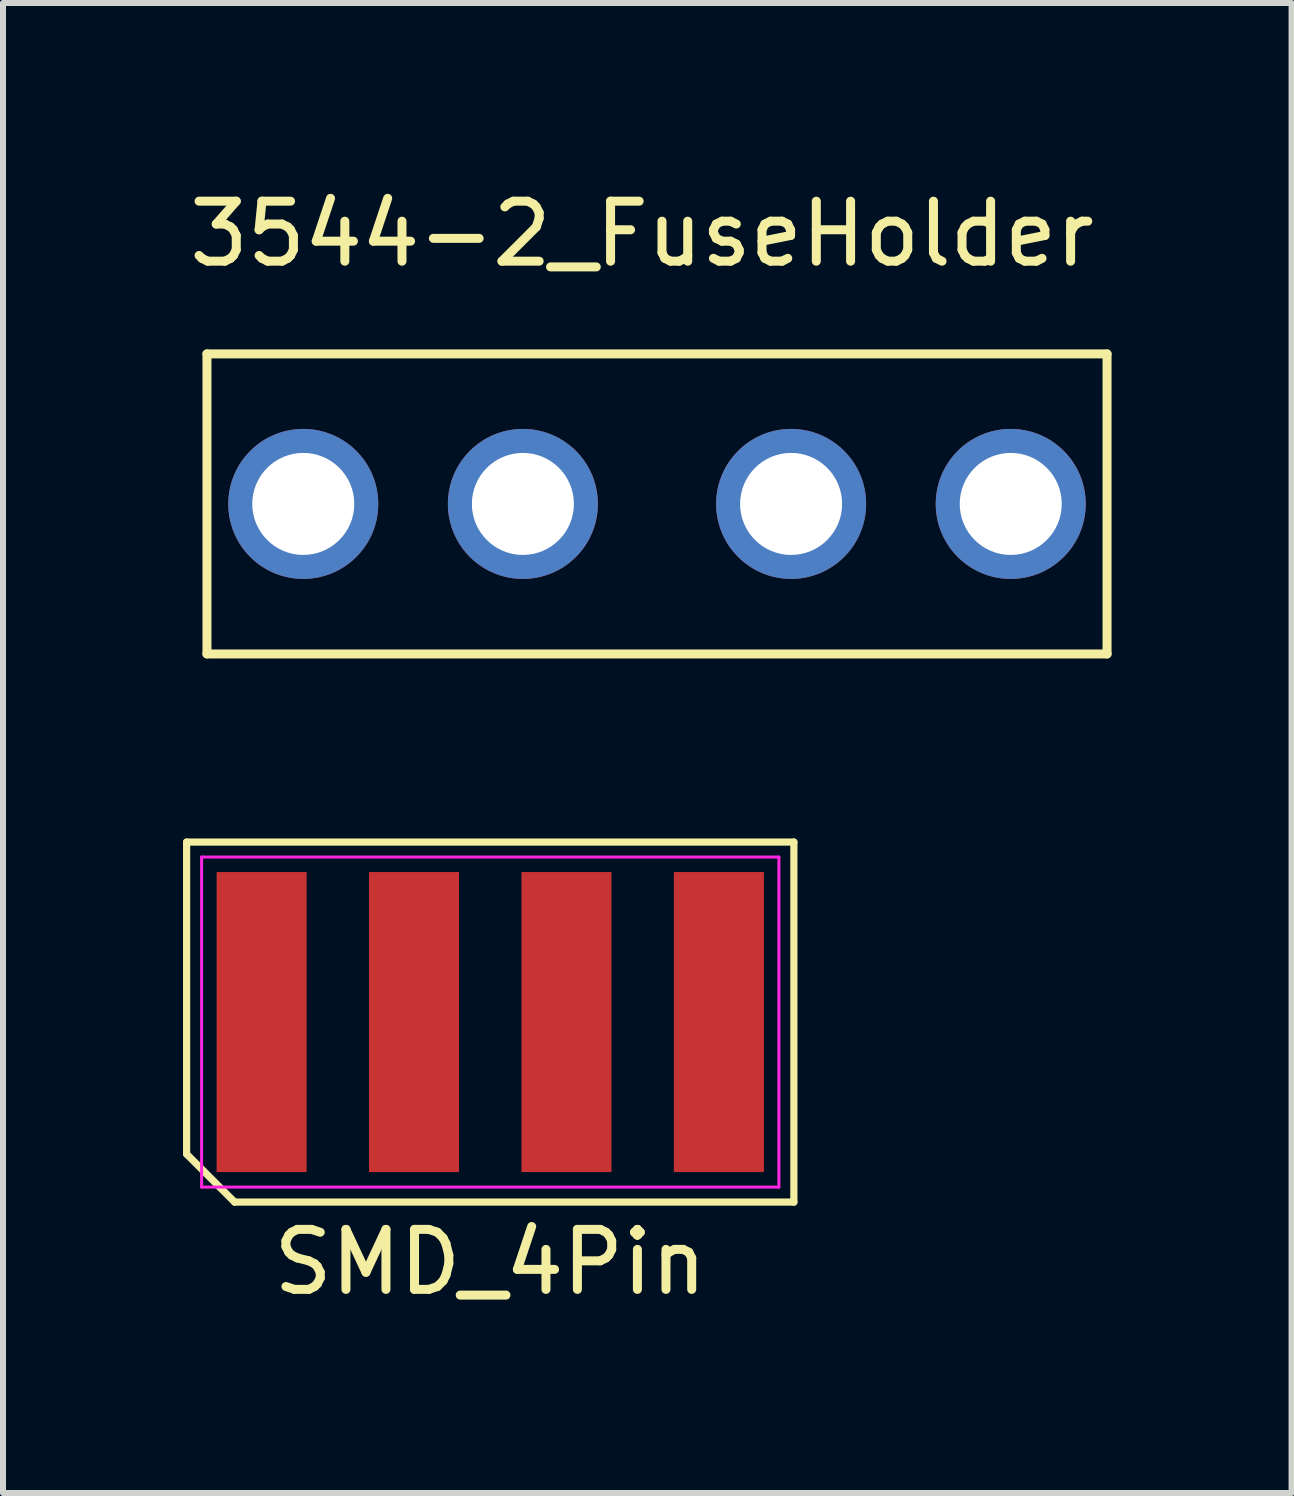
<source format=kicad_pcb>
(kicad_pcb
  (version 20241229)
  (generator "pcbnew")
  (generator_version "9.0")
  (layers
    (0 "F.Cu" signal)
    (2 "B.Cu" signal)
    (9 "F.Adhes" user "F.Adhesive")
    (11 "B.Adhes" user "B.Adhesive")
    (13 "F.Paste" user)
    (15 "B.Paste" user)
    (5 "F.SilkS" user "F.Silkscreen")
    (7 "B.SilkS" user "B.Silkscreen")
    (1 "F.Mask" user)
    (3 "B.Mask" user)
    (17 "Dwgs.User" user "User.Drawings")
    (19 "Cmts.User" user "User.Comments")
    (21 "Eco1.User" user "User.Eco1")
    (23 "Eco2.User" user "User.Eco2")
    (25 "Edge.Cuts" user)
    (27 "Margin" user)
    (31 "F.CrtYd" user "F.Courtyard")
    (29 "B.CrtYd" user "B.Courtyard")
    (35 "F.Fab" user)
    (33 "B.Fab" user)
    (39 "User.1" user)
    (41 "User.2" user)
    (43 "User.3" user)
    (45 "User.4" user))
  (footprint "3544-2_FuseHolder"
    (layer "F.Cu")
    (at 7.899 5.348)
    (property "Reference" "3544-2_FuseHolder" (at -0.25 -4.5 0) (layer "F.SilkS") (effects (font (size 1 1) (thickness 0.15))))
    (attr through_hole)
    (fp_line (start -7.5 -2.5) (end -7.5 2.5) (stroke (width 0.15) (type solid)) (layer "F.SilkS"))
    (fp_line (start -7.5 2.5) (end 7.5 2.5) (stroke (width 0.15) (type solid)) (layer "F.SilkS"))
    (fp_line (start 7.5 -2.5) (end -7.5 -2.5) (stroke (width 0.15) (type solid)) (layer "F.SilkS"))
    (fp_line (start 7.5 2.5) (end 7.5 -2.5) (stroke (width 0.15) (type solid)) (layer "F.SilkS"))
    (pad "1" thru_hole circle (at -5.895 0) (size 2.5 2.5) (drill 1.7) (layers "*.Cu" "*.Mask"))
    (pad "1" thru_hole circle (at -2.235 0) (size 2.5 2.5) (drill 1.7) (layers "*.Cu" "*.Mask"))
    (pad "2" thru_hole circle (at 2.235 0) (size 2.5 2.5) (drill 1.7) (layers "*.Cu" "*.Mask"))
    (pad "2" thru_hole circle (at 5.895 0) (size 2.5 2.5) (drill 1.7) (layers "*.Cu" "*.Mask")))
  (footprint "SMD_4Pin"
    (layer "F.Cu")
    (at 5.12 13.983)
    (property "Reference" "SMD_4Pin" (at 0 4 0) (layer "F.SilkS") (effects (font (size 1 1) (thickness 0.15))))
    (attr smd)
    (fp_line (start -5.06 -3) (end 5.06 -3) (stroke (width 0.12) (type solid)) (layer "F.SilkS"))
    (fp_line (start -5.06 2.2) (end -5.06 -3) (stroke (width 0.12) (type solid)) (layer "F.SilkS"))
    (fp_line (start -4.26 3) (end -5.06 2.2) (stroke (width 0.12) (type solid)) (layer "F.SilkS"))
    (fp_line (start 5.06 -3) (end 5.06 3) (stroke (width 0.12) (type solid)) (layer "F.SilkS"))
    (fp_line (start 5.06 3) (end -4.26 3) (stroke (width 0.12) (type solid)) (layer "F.SilkS"))
    (fp_line (start -4.81 -2.75) (end 4.81 -2.75) (stroke (width 0.05) (type solid)) (layer "F.CrtYd"))
    (fp_line (start -4.81 2.75) (end -4.81 -2.75) (stroke (width 0.05) (type solid)) (layer "F.CrtYd"))
    (fp_line (start 4.81 -2.75) (end 4.81 2.75) (stroke (width 0.05) (type solid)) (layer "F.CrtYd"))
    (fp_line (start 4.81 2.75) (end -4.81 2.75) (stroke (width 0.05) (type solid)) (layer "F.CrtYd"))
    (pad "1" smd rect (at -3.81 0) (size 1.5 5) (layers "F.Cu" "F.Mask" "F.Paste"))
    (pad "2" smd rect (at -1.27 0) (size 1.5 5) (layers "F.Cu" "F.Mask" "F.Paste"))
    (pad "3" smd rect (at 1.27 0) (size 1.5 5) (layers "F.Cu" "F.Mask" "F.Paste"))
    (pad "4" smd rect (at 3.81 0) (size 1.5 5) (layers "F.Cu" "F.Mask" "F.Paste")))
  (gr_rect
    (start -3 -3)
    (end 18.474 21.831)
    (stroke (width 0.1) (type default))
    (fill no)
    (layer "Edge.Cuts")))
</source>
